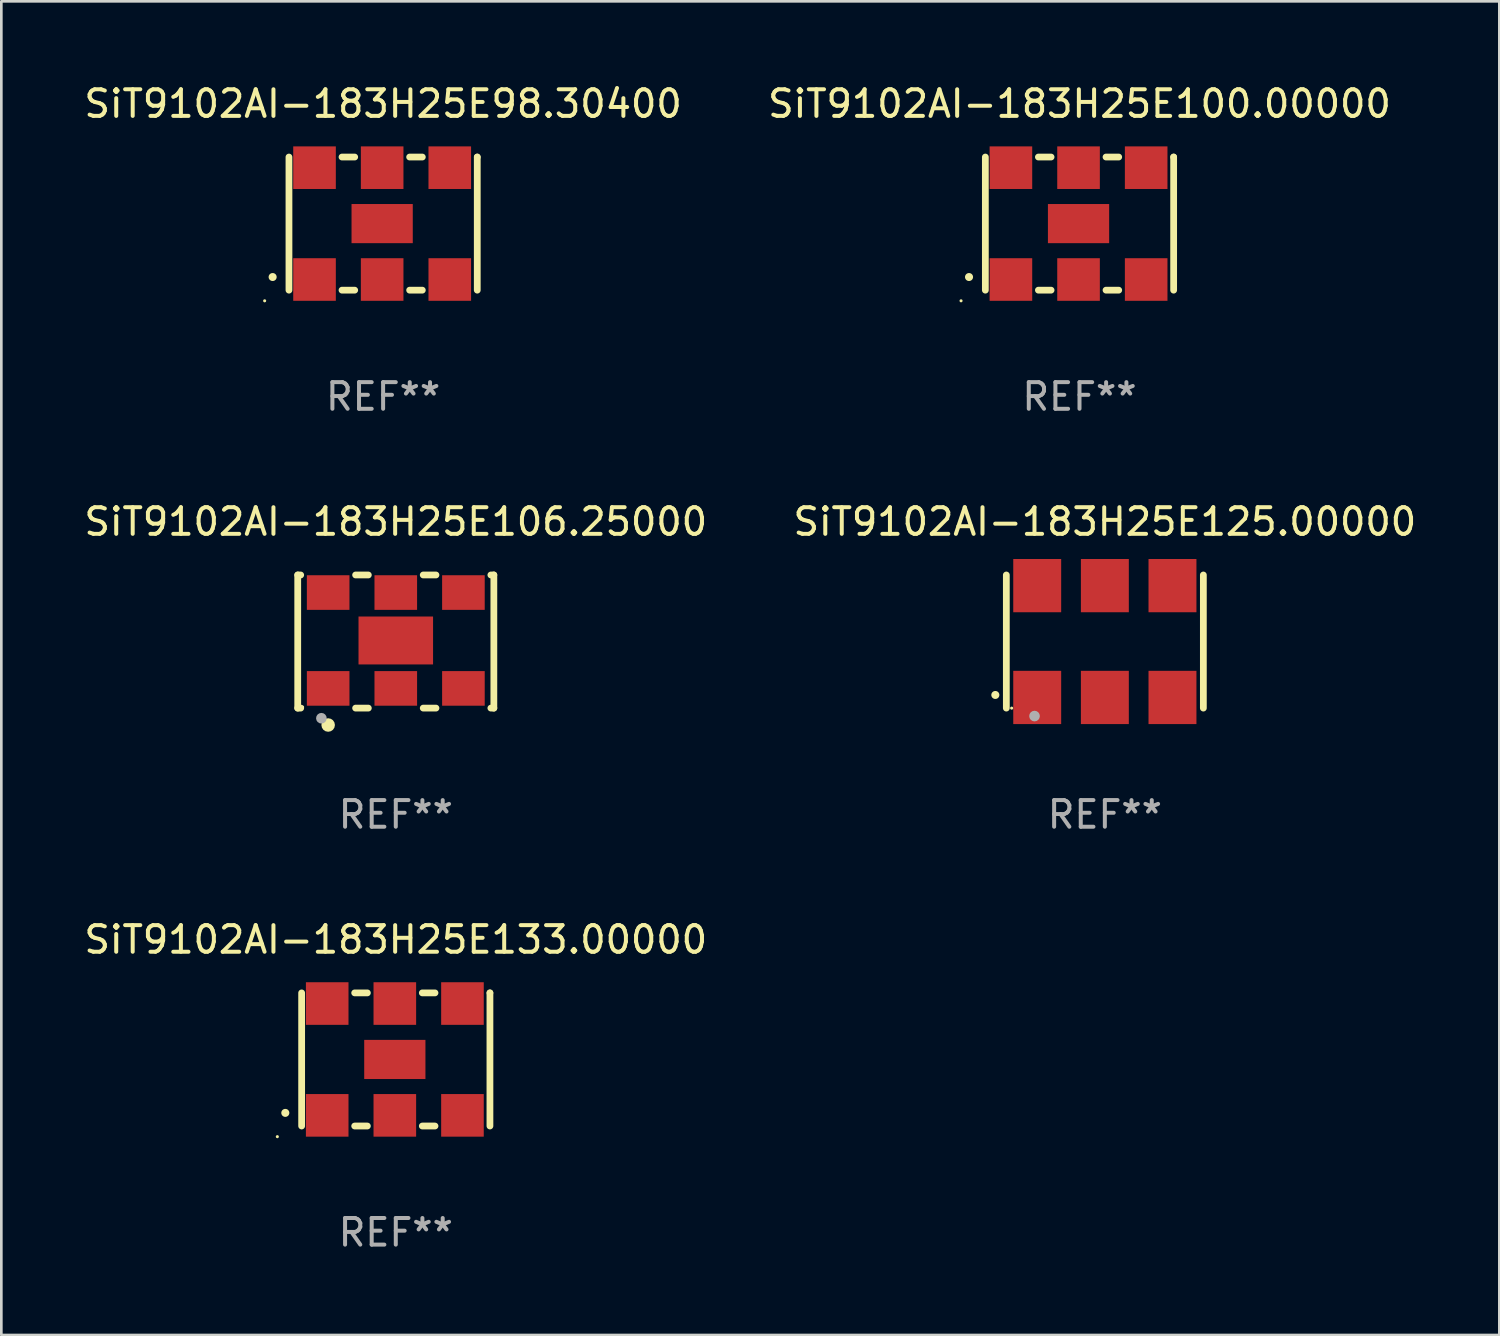
<source format=kicad_pcb>
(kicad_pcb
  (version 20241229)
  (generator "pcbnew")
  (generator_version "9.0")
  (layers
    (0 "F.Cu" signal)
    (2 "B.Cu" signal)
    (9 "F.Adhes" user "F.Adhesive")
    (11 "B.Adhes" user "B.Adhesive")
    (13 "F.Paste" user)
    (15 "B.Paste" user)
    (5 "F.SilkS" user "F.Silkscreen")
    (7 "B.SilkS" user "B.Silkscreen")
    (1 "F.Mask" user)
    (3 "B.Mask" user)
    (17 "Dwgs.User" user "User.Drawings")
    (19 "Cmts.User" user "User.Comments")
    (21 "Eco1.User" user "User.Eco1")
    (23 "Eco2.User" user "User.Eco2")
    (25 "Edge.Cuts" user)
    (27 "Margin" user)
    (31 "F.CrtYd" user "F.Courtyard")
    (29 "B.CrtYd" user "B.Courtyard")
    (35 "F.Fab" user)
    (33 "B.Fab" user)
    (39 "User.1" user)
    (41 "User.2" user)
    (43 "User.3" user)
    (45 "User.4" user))
  (footprint "SiT9102AI-183H25E133.00000"
    (layer "F.Cu")
    (at 11.815 36.741)
    (property "Reference" "SiT9102AI-183H25E133.00000" (at 0 -4.5 0) (layer "F.SilkS") (effects (font (size 1 1) (thickness 0.15))))
    (attr through_hole)
    (fp_line (start -3.536 -2.5) (end -3.536 2.5) (stroke (width 0.254) (type solid)) (layer "F.SilkS"))
    (fp_line (start -1.544 2.5) (end -1.067 2.5) (stroke (width 0.254) (type solid)) (layer "F.SilkS"))
    (fp_line (start -1.067 -2.5) (end -1.544 -2.5) (stroke (width 0.254) (type solid)) (layer "F.SilkS"))
    (fp_line (start 0.996 2.5) (end 1.473 2.5) (stroke (width 0.254) (type solid)) (layer "F.SilkS"))
    (fp_line (start 1.473 -2.5) (end 0.996 -2.5) (stroke (width 0.254) (type solid)) (layer "F.SilkS"))
    (fp_line (start 3.536 -2.5) (end 3.536 -2.5) (stroke (width 0.254) (type solid)) (layer "F.SilkS"))
    (fp_line (start 3.536 2.5) (end 3.536 -2.5) (stroke (width 0.254) (type solid)) (layer "F.SilkS"))
    (fp_arc (start -4.150432 2.006604) (mid -4.149162 2.006599) (end -4.147892 2.006604) (stroke (width 0.3) (type solid)) (layer "F.SilkS"))
    (fp_circle (center -4.449 2.9) (end -4.419 2.9) (stroke (width 0.06) (type solid)) (fill no) (layer "F.SilkS"))
    (fp_text user "REF**" (at 0 6.5 0) (layer "F.Fab") (effects (font (size 1 1) (thickness 0.15))))
    (pad "1" smd rect (at -2.576 2.1) (size 1.6 1.6) (layers "F.Cu" "F.Mask" "F.Paste"))
    (pad "2" smd rect (at -0.036 2.1) (size 1.6 1.6) (layers "F.Cu" "F.Mask" "F.Paste"))
    (pad "3" smd rect (at 2.504 2.1) (size 1.6 1.6) (layers "F.Cu" "F.Mask" "F.Paste"))
    (pad "4" smd rect (at 2.504 -2.1) (size 1.6 1.6) (layers "F.Cu" "F.Mask" "F.Paste"))
    (pad "5" smd rect (at -0.036 -2.1) (size 1.6 1.6) (layers "F.Cu" "F.Mask" "F.Paste"))
    (pad "6" smd rect (at -2.576 -2.1) (size 1.6 1.6) (layers "F.Cu" "F.Mask" "F.Paste"))
    (pad "7" smd rect (at -0.036 0) (size 2.3 1.47) (layers "F.Cu" "F.Mask" "F.Paste")))
  (footprint "SiT9102AI-183H25E106.25000"
    (layer "F.Cu")
    (at 11.815 21.045)
    (property "Reference" "SiT9102AI-183H25E106.25000" (at 0 -4.5 0) (layer "F.SilkS") (effects (font (size 1 1) (thickness 0.15))))
    (attr through_hole)
    (fp_line (start -3.683 -2.5) (end -3.571 -2.5) (stroke (width 0.254) (type solid)) (layer "F.SilkS"))
    (fp_line (start -3.683 2.5) (end -3.683 -2.5) (stroke (width 0.254) (type solid)) (layer "F.SilkS"))
    (fp_line (start -3.683 2.5) (end -3.571 2.5) (stroke (width 0.254) (type solid)) (layer "F.SilkS"))
    (fp_line (start -1.509 -2.5) (end -1.031 -2.5) (stroke (width 0.254) (type solid)) (layer "F.SilkS"))
    (fp_line (start -1.509 2.5) (end -1.031 2.5) (stroke (width 0.254) (type solid)) (layer "F.SilkS"))
    (fp_line (start 1.031 -2.5) (end 1.509 -2.5) (stroke (width 0.254) (type solid)) (layer "F.SilkS"))
    (fp_line (start 1.031 2.5) (end 1.509 2.5) (stroke (width 0.254) (type solid)) (layer "F.SilkS"))
    (fp_line (start 3.571 -2.5) (end 3.683 -2.5) (stroke (width 0.254) (type solid)) (layer "F.SilkS"))
    (fp_line (start 3.571 2.5) (end 3.683 2.5) (stroke (width 0.254) (type solid)) (layer "F.SilkS"))
    (fp_line (start 3.683 2.5) (end 3.683 -2.5) (stroke (width 0.254) (type solid)) (layer "F.SilkS"))
    (fp_circle (center -3.5 2.46) (end -3.47 2.46) (stroke (width 0.06) (type solid)) (fill no) (layer "F.SilkS"))
    (fp_circle (center -2.54 3.135) (end -2.413 3.135) (stroke (width 0.254) (type solid)) (fill no) (layer "F.SilkS"))
    (fp_circle (center -2.794 2.881) (end -2.694 2.881) (stroke (width 0.2) (type solid)) (fill no) (layer "F.Fab"))
    (fp_text user "REF**" (at 0 6.5 0) (layer "F.Fab") (effects (font (size 1 1) (thickness 0.15))))
    (pad "1" smd rect (at -2.54 1.76) (size 1.6 1.3) (layers "F.Cu" "F.Mask" "F.Paste"))
    (pad "2" smd rect (at 0 1.76) (size 1.6 1.3) (layers "F.Cu" "F.Mask" "F.Paste"))
    (pad "3" smd rect (at 2.54 1.76) (size 1.6 1.3) (layers "F.Cu" "F.Mask" "F.Paste"))
    (pad "4" smd rect (at 2.54 -1.84) (size 1.6 1.3) (layers "F.Cu" "F.Mask" "F.Paste"))
    (pad "5" smd rect (at 0 -1.84) (size 1.6 1.3) (layers "F.Cu" "F.Mask" "F.Paste"))
    (pad "6" smd rect (at -2.54 -1.84) (size 1.6 1.3) (layers "F.Cu" "F.Mask" "F.Paste"))
    (pad "7" smd rect (at 0 -0.04) (size 2.8 1.8) (layers "F.Cu" "F.Mask" "F.Paste")))
  (footprint "SiT9102AI-183H25E100.00000"
    (layer "F.Cu")
    (at 37.494 5.348)
    (property "Reference" "SiT9102AI-183H25E100.00000" (at 0 -4.5 0) (layer "F.SilkS") (effects (font (size 1 1) (thickness 0.15))))
    (attr through_hole)
    (fp_line (start -3.536 -2.5) (end -3.536 2.5) (stroke (width 0.254) (type solid)) (layer "F.SilkS"))
    (fp_line (start -1.544 2.5) (end -1.067 2.5) (stroke (width 0.254) (type solid)) (layer "F.SilkS"))
    (fp_line (start -1.067 -2.5) (end -1.544 -2.5) (stroke (width 0.254) (type solid)) (layer "F.SilkS"))
    (fp_line (start 0.996 2.5) (end 1.473 2.5) (stroke (width 0.254) (type solid)) (layer "F.SilkS"))
    (fp_line (start 1.473 -2.5) (end 0.996 -2.5) (stroke (width 0.254) (type solid)) (layer "F.SilkS"))
    (fp_line (start 3.536 -2.5) (end 3.536 -2.5) (stroke (width 0.254) (type solid)) (layer "F.SilkS"))
    (fp_line (start 3.536 2.5) (end 3.536 -2.5) (stroke (width 0.254) (type solid)) (layer "F.SilkS"))
    (fp_arc (start -4.150432 2.006604) (mid -4.149162 2.006599) (end -4.147892 2.006604) (stroke (width 0.3) (type solid)) (layer "F.SilkS"))
    (fp_circle (center -4.449 2.9) (end -4.419 2.9) (stroke (width 0.06) (type solid)) (fill no) (layer "F.SilkS"))
    (fp_text user "REF**" (at 0 6.5 0) (layer "F.Fab") (effects (font (size 1 1) (thickness 0.15))))
    (pad "1" smd rect (at -2.576 2.1) (size 1.6 1.6) (layers "F.Cu" "F.Mask" "F.Paste"))
    (pad "2" smd rect (at -0.036 2.1) (size 1.6 1.6) (layers "F.Cu" "F.Mask" "F.Paste"))
    (pad "3" smd rect (at 2.504 2.1) (size 1.6 1.6) (layers "F.Cu" "F.Mask" "F.Paste"))
    (pad "4" smd rect (at 2.504 -2.1) (size 1.6 1.6) (layers "F.Cu" "F.Mask" "F.Paste"))
    (pad "5" smd rect (at -0.036 -2.1) (size 1.6 1.6) (layers "F.Cu" "F.Mask" "F.Paste"))
    (pad "6" smd rect (at -2.576 -2.1) (size 1.6 1.6) (layers "F.Cu" "F.Mask" "F.Paste"))
    (pad "7" smd rect (at -0.036 0) (size 2.3 1.47) (layers "F.Cu" "F.Mask" "F.Paste")))
  (footprint "SiT9102AI-183H25E98.30400"
    (layer "F.Cu")
    (at 11.339 5.348)
    (property "Reference" "SiT9102AI-183H25E98.30400" (at 0 -4.5 0) (layer "F.SilkS") (effects (font (size 1 1) (thickness 0.15))))
    (attr through_hole)
    (fp_line (start -3.536 -2.5) (end -3.536 2.5) (stroke (width 0.254) (type solid)) (layer "F.SilkS"))
    (fp_line (start -1.544 2.5) (end -1.067 2.5) (stroke (width 0.254) (type solid)) (layer "F.SilkS"))
    (fp_line (start -1.067 -2.5) (end -1.544 -2.5) (stroke (width 0.254) (type solid)) (layer "F.SilkS"))
    (fp_line (start 0.996 2.5) (end 1.473 2.5) (stroke (width 0.254) (type solid)) (layer "F.SilkS"))
    (fp_line (start 1.473 -2.5) (end 0.996 -2.5) (stroke (width 0.254) (type solid)) (layer "F.SilkS"))
    (fp_line (start 3.536 -2.5) (end 3.536 -2.5) (stroke (width 0.254) (type solid)) (layer "F.SilkS"))
    (fp_line (start 3.536 2.5) (end 3.536 -2.5) (stroke (width 0.254) (type solid)) (layer "F.SilkS"))
    (fp_arc (start -4.150432 2.006604) (mid -4.149162 2.006599) (end -4.147892 2.006604) (stroke (width 0.3) (type solid)) (layer "F.SilkS"))
    (fp_circle (center -4.449 2.9) (end -4.419 2.9) (stroke (width 0.06) (type solid)) (fill no) (layer "F.SilkS"))
    (fp_text user "REF**" (at 0 6.5 0) (layer "F.Fab") (effects (font (size 1 1) (thickness 0.15))))
    (pad "1" smd rect (at -2.576 2.1) (size 1.6 1.6) (layers "F.Cu" "F.Mask" "F.Paste"))
    (pad "2" smd rect (at -0.036 2.1) (size 1.6 1.6) (layers "F.Cu" "F.Mask" "F.Paste"))
    (pad "3" smd rect (at 2.504 2.1) (size 1.6 1.6) (layers "F.Cu" "F.Mask" "F.Paste"))
    (pad "4" smd rect (at 2.504 -2.1) (size 1.6 1.6) (layers "F.Cu" "F.Mask" "F.Paste"))
    (pad "5" smd rect (at -0.036 -2.1) (size 1.6 1.6) (layers "F.Cu" "F.Mask" "F.Paste"))
    (pad "6" smd rect (at -2.576 -2.1) (size 1.6 1.6) (layers "F.Cu" "F.Mask" "F.Paste"))
    (pad "7" smd rect (at -0.036 0) (size 2.3 1.47) (layers "F.Cu" "F.Mask" "F.Paste")))
  (footprint "SiT9102AI-183H25E125.00000"
    (layer "F.Cu")
    (at 38.446 21.045)
    (property "Reference" "SiT9102AI-183H25E125.00000" (at 0 -4.5 0) (layer "F.SilkS") (effects (font (size 1 1) (thickness 0.15))))
    (attr through_hole)
    (fp_line (start -3.7 -2.5) (end -3.7 2.5) (stroke (width 0.254) (type solid)) (layer "F.SilkS"))
    (fp_line (start 3.7 -2.5) (end 3.7 2.5) (stroke (width 0.254) (type solid)) (layer "F.SilkS"))
    (fp_arc (start -4.114415 2.006604) (mid -4.113145 2.006599) (end -4.111875 2.006604) (stroke (width 0.3) (type solid)) (layer "F.SilkS"))
    (fp_circle (center -3.5 2.501) (end -3.47 2.501) (stroke (width 0.06) (type solid)) (fill no) (layer "F.SilkS"))
    (fp_circle (center -2.641 2.799) (end -2.541 2.799) (stroke (width 0.2) (type solid)) (fill no) (layer "F.Fab"))
    (fp_text user "REF**" (at 0 6.5 0) (layer "F.Fab") (effects (font (size 1 1) (thickness 0.15))))
    (pad "1" smd rect (at -2.54 2.1) (size 1.8 2) (layers "F.Cu" "F.Mask" "F.Paste"))
    (pad "2" smd rect (at 0.000394 2.1) (size 1.8 2) (layers "F.Cu" "F.Mask" "F.Paste"))
    (pad "3" smd rect (at 2.54 2.1) (size 1.8 2) (layers "F.Cu" "F.Mask" "F.Paste"))
    (pad "4" smd rect (at 2.54 -2.1) (size 1.8 2) (layers "F.Cu" "F.Mask" "F.Paste"))
    (pad "5" smd rect (at 0.000394 -2.1) (size 1.8 2) (layers "F.Cu" "F.Mask" "F.Paste"))
    (pad "6" smd rect (at -2.54 -2.1) (size 1.8 2) (layers "F.Cu" "F.Mask" "F.Paste")))
  (gr_rect
    (start -3 -3)
    (end 53.262 47.09)
    (stroke (width 0.1) (type default))
    (fill no)
    (layer "Edge.Cuts")))
</source>
